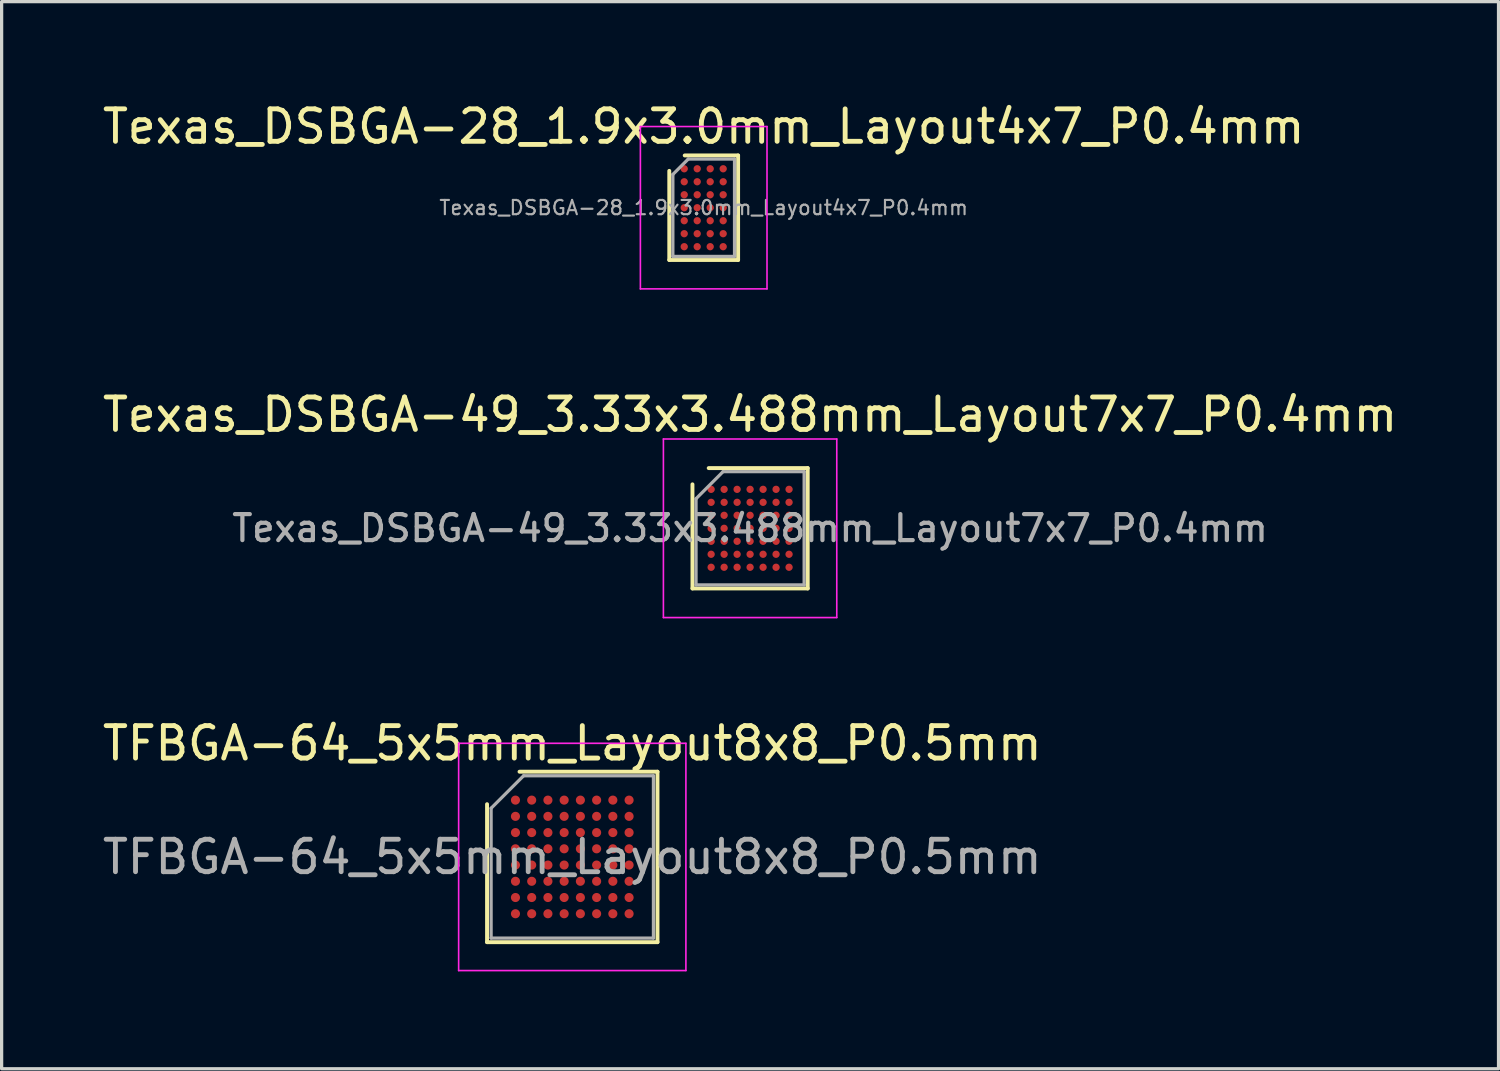
<source format=kicad_pcb>
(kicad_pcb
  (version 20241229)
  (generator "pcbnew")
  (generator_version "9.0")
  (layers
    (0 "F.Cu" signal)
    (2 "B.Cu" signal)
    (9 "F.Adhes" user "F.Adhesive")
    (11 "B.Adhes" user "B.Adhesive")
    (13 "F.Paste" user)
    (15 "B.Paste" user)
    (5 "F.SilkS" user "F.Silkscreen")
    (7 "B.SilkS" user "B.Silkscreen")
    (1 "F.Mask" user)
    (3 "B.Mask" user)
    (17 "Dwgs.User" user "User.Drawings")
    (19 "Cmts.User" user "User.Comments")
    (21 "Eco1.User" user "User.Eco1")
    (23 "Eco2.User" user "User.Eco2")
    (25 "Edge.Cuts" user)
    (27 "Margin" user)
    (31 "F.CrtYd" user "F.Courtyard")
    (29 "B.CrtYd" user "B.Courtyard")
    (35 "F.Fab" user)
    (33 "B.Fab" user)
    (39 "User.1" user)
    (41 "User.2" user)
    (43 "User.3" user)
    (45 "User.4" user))
  (footprint "Texas_DSBGA-28_1.9x3.0mm_Layout4x7_P0.4mm"
    (layer "F.Cu")
    (at 18.625 3.348)
    (property "Reference" "Texas_DSBGA-28_1.9x3.0mm_Layout4x7_P0.4mm" (at 0 -2.5 0) (layer "F.SilkS") (effects (font (size 1 1) (thickness 0.15))))
    (attr smd)
    (fp_line (start -1.06 1.61) (end -1.06 -1.135) (stroke (width 0.12) (type solid)) (layer "F.SilkS"))
    (fp_line (start -0.585 -1.61) (end 1.06 -1.61) (stroke (width 0.12) (type solid)) (layer "F.SilkS"))
    (fp_line (start 1.06 -1.61) (end 1.06 1.61) (stroke (width 0.12) (type solid)) (layer "F.SilkS"))
    (fp_line (start 1.06 1.61) (end -1.06 1.61) (stroke (width 0.12) (type solid)) (layer "F.SilkS"))
    (fp_line (start -1.95 -2.5) (end -1.95 2.5) (stroke (width 0.05) (type solid)) (layer "F.CrtYd"))
    (fp_line (start -1.95 2.5) (end 1.95 2.5) (stroke (width 0.05) (type solid)) (layer "F.CrtYd"))
    (fp_line (start 1.95 -2.5) (end -1.95 -2.5) (stroke (width 0.05) (type solid)) (layer "F.CrtYd"))
    (fp_line (start 1.95 2.5) (end 1.95 -2.5) (stroke (width 0.05) (type solid)) (layer "F.CrtYd"))
    (fp_line (start -0.95 -1.025) (end -0.475 -1.5) (stroke (width 0.1) (type solid)) (layer "F.Fab"))
    (fp_line (start -0.95 1.5) (end -0.95 -1.025) (stroke (width 0.1) (type solid)) (layer "F.Fab"))
    (fp_line (start -0.475 -1.5) (end 0.95 -1.5) (stroke (width 0.1) (type solid)) (layer "F.Fab"))
    (fp_line (start 0.95 -1.5) (end 0.95 1.5) (stroke (width 0.1) (type solid)) (layer "F.Fab"))
    (fp_line (start 0.95 1.5) (end -0.95 1.5) (stroke (width 0.1) (type solid)) (layer "F.Fab"))
    (fp_text user "${REFERENCE}" (at 0 0 0) (layer "F.Fab") (effects (font (size 0.44 0.44) (thickness 0.066))))
    (pad "A1" smd circle (at -0.6 -1.2) (size 0.225 0.225) (layers "F.Cu" "F.Mask" "F.Paste"))
    (pad "A2" smd circle (at -0.2 -1.2) (size 0.225 0.225) (layers "F.Cu" "F.Mask" "F.Paste"))
    (pad "A3" smd circle (at 0.2 -1.2) (size 0.225 0.225) (layers "F.Cu" "F.Mask" "F.Paste"))
    (pad "A4" smd circle (at 0.6 -1.2) (size 0.225 0.225) (layers "F.Cu" "F.Mask" "F.Paste"))
    (pad "B1" smd circle (at -0.6 -0.8) (size 0.225 0.225) (layers "F.Cu" "F.Mask" "F.Paste"))
    (pad "B2" smd circle (at -0.2 -0.8) (size 0.225 0.225) (layers "F.Cu" "F.Mask" "F.Paste"))
    (pad "B3" smd circle (at 0.2 -0.8) (size 0.225 0.225) (layers "F.Cu" "F.Mask" "F.Paste"))
    (pad "B4" smd circle (at 0.6 -0.8) (size 0.225 0.225) (layers "F.Cu" "F.Mask" "F.Paste"))
    (pad "C1" smd circle (at -0.6 -0.4) (size 0.225 0.225) (layers "F.Cu" "F.Mask" "F.Paste"))
    (pad "C2" smd circle (at -0.2 -0.4) (size 0.225 0.225) (layers "F.Cu" "F.Mask" "F.Paste"))
    (pad "C3" smd circle (at 0.2 -0.4) (size 0.225 0.225) (layers "F.Cu" "F.Mask" "F.Paste"))
    (pad "C4" smd circle (at 0.6 -0.4) (size 0.225 0.225) (layers "F.Cu" "F.Mask" "F.Paste"))
    (pad "D1" smd circle (at -0.6 0) (size 0.225 0.225) (layers "F.Cu" "F.Mask" "F.Paste"))
    (pad "D2" smd circle (at -0.2 0) (size 0.225 0.225) (layers "F.Cu" "F.Mask" "F.Paste"))
    (pad "D3" smd circle (at 0.2 0) (size 0.225 0.225) (layers "F.Cu" "F.Mask" "F.Paste"))
    (pad "D4" smd circle (at 0.6 0) (size 0.225 0.225) (layers "F.Cu" "F.Mask" "F.Paste"))
    (pad "E1" smd circle (at -0.6 0.4) (size 0.225 0.225) (layers "F.Cu" "F.Mask" "F.Paste"))
    (pad "E2" smd circle (at -0.2 0.4) (size 0.225 0.225) (layers "F.Cu" "F.Mask" "F.Paste"))
    (pad "E3" smd circle (at 0.2 0.4) (size 0.225 0.225) (layers "F.Cu" "F.Mask" "F.Paste"))
    (pad "E4" smd circle (at 0.6 0.4) (size 0.225 0.225) (layers "F.Cu" "F.Mask" "F.Paste"))
    (pad "F1" smd circle (at -0.6 0.8) (size 0.225 0.225) (layers "F.Cu" "F.Mask" "F.Paste"))
    (pad "F2" smd circle (at -0.2 0.8) (size 0.225 0.225) (layers "F.Cu" "F.Mask" "F.Paste"))
    (pad "F3" smd circle (at 0.2 0.8) (size 0.225 0.225) (layers "F.Cu" "F.Mask" "F.Paste"))
    (pad "F4" smd circle (at 0.6 0.8) (size 0.225 0.225) (layers "F.Cu" "F.Mask" "F.Paste"))
    (pad "G1" smd circle (at -0.6 1.2) (size 0.225 0.225) (layers "F.Cu" "F.Mask" "F.Paste"))
    (pad "G2" smd circle (at -0.2 1.2) (size 0.225 0.225) (layers "F.Cu" "F.Mask" "F.Paste"))
    (pad "G3" smd circle (at 0.2 1.2) (size 0.225 0.225) (layers "F.Cu" "F.Mask" "F.Paste"))
    (pad "G4" smd circle (at 0.6 1.2) (size 0.225 0.225) (layers "F.Cu" "F.Mask" "F.Paste")))
  (footprint "Texas_DSBGA-49_3.33x3.488mm_Layout7x7_P0.4mm"
    (layer "F.Cu")
    (at 20.054 13.222)
    (property "Reference" "Texas_DSBGA-49_3.33x3.488mm_Layout7x7_P0.4mm" (at 0 -3.5 0) (layer "F.SilkS") (effects (font (size 1 1) (thickness 0.15))))
    (attr smd)
    (fp_line (start -1.775 1.854) (end -1.775 -1.354) (stroke (width 0.12) (type solid)) (layer "F.SilkS"))
    (fp_line (start 1.775 -1.854) (end -1.275 -1.854) (stroke (width 0.12) (type solid)) (layer "F.SilkS"))
    (fp_line (start 1.775 1.854) (end -1.775 1.854) (stroke (width 0.12) (type solid)) (layer "F.SilkS"))
    (fp_line (start 1.775 1.854) (end 1.775 -1.854) (stroke (width 0.12) (type solid)) (layer "F.SilkS"))
    (fp_line (start -2.67 -2.75) (end 2.67 -2.75) (stroke (width 0.05) (type solid)) (layer "F.CrtYd"))
    (fp_line (start -2.67 2.75) (end -2.67 -2.75) (stroke (width 0.05) (type solid)) (layer "F.CrtYd"))
    (fp_line (start -2.67 2.75) (end 2.67 2.75) (stroke (width 0.05) (type solid)) (layer "F.CrtYd"))
    (fp_line (start 2.67 2.75) (end 2.67 -2.75) (stroke (width 0.05) (type solid)) (layer "F.CrtYd"))
    (fp_line (start -1.665 -0.911) (end -1.665 1.744) (stroke (width 0.1) (type solid)) (layer "F.Fab"))
    (fp_line (start -1.665 -0.911) (end -0.833 -1.744) (stroke (width 0.1) (type solid)) (layer "F.Fab"))
    (fp_line (start 1.665 -1.744) (end -0.833 -1.744) (stroke (width 0.1) (type solid)) (layer "F.Fab"))
    (fp_line (start 1.665 -1.744) (end 1.665 1.744) (stroke (width 0.1) (type solid)) (layer "F.Fab"))
    (fp_line (start 1.665 1.744) (end -1.665 1.744) (stroke (width 0.1) (type solid)) (layer "F.Fab"))
    (fp_text user "${REFERENCE}" (at 0 0 0) (layer "F.Fab") (effects (font (size 0.8 0.8) (thickness 0.13))))
    (pad "A1" smd circle (at -1.2 -1.2) (size 0.225 0.225) (layers "F.Cu" "F.Mask" "F.Paste"))
    (pad "A2" smd circle (at -0.8 -1.2) (size 0.225 0.225) (layers "F.Cu" "F.Mask" "F.Paste"))
    (pad "A3" smd circle (at -0.4 -1.2) (size 0.225 0.225) (layers "F.Cu" "F.Mask" "F.Paste"))
    (pad "A4" smd circle (at 0 -1.2) (size 0.225 0.225) (layers "F.Cu" "F.Mask" "F.Paste"))
    (pad "A5" smd circle (at 0.4 -1.2) (size 0.225 0.225) (layers "F.Cu" "F.Mask" "F.Paste"))
    (pad "A6" smd circle (at 0.8 -1.2) (size 0.225 0.225) (layers "F.Cu" "F.Mask" "F.Paste"))
    (pad "A7" smd circle (at 1.2 -1.2) (size 0.225 0.225) (layers "F.Cu" "F.Mask" "F.Paste"))
    (pad "B1" smd circle (at -1.2 -0.8) (size 0.225 0.225) (layers "F.Cu" "F.Mask" "F.Paste"))
    (pad "B2" smd circle (at -0.8 -0.8) (size 0.225 0.225) (layers "F.Cu" "F.Mask" "F.Paste"))
    (pad "B3" smd circle (at -0.4 -0.8) (size 0.225 0.225) (layers "F.Cu" "F.Mask" "F.Paste"))
    (pad "B4" smd circle (at 0 -0.8) (size 0.225 0.225) (layers "F.Cu" "F.Mask" "F.Paste"))
    (pad "B5" smd circle (at 0.4 -0.8) (size 0.225 0.225) (layers "F.Cu" "F.Mask" "F.Paste"))
    (pad "B6" smd circle (at 0.8 -0.8) (size 0.225 0.225) (layers "F.Cu" "F.Mask" "F.Paste"))
    (pad "B7" smd circle (at 1.2 -0.8) (size 0.225 0.225) (layers "F.Cu" "F.Mask" "F.Paste"))
    (pad "C1" smd circle (at -1.2 -0.4) (size 0.225 0.225) (layers "F.Cu" "F.Mask" "F.Paste"))
    (pad "C2" smd circle (at -0.8 -0.4) (size 0.225 0.225) (layers "F.Cu" "F.Mask" "F.Paste"))
    (pad "C3" smd circle (at -0.4 -0.4) (size 0.225 0.225) (layers "F.Cu" "F.Mask" "F.Paste"))
    (pad "C4" smd circle (at 0 -0.4) (size 0.225 0.225) (layers "F.Cu" "F.Mask" "F.Paste"))
    (pad "C5" smd circle (at 0.4 -0.4) (size 0.225 0.225) (layers "F.Cu" "F.Mask" "F.Paste"))
    (pad "C6" smd circle (at 0.8 -0.4) (size 0.225 0.225) (layers "F.Cu" "F.Mask" "F.Paste"))
    (pad "C7" smd circle (at 1.2 -0.4) (size 0.225 0.225) (layers "F.Cu" "F.Mask" "F.Paste"))
    (pad "D1" smd circle (at -1.2 0) (size 0.225 0.225) (layers "F.Cu" "F.Mask" "F.Paste"))
    (pad "D2" smd circle (at -0.8 0) (size 0.225 0.225) (layers "F.Cu" "F.Mask" "F.Paste"))
    (pad "D3" smd circle (at -0.4 0) (size 0.225 0.225) (layers "F.Cu" "F.Mask" "F.Paste"))
    (pad "D4" smd circle (at 0 0) (size 0.225 0.225) (layers "F.Cu" "F.Mask" "F.Paste"))
    (pad "D5" smd circle (at 0.4 0) (size 0.225 0.225) (layers "F.Cu" "F.Mask" "F.Paste"))
    (pad "D6" smd circle (at 0.8 0) (size 0.225 0.225) (layers "F.Cu" "F.Mask" "F.Paste"))
    (pad "D7" smd circle (at 1.2 0) (size 0.225 0.225) (layers "F.Cu" "F.Mask" "F.Paste"))
    (pad "E1" smd circle (at -1.2 0.4) (size 0.225 0.225) (layers "F.Cu" "F.Mask" "F.Paste"))
    (pad "E2" smd circle (at -0.8 0.4) (size 0.225 0.225) (layers "F.Cu" "F.Mask" "F.Paste"))
    (pad "E3" smd circle (at -0.4 0.4) (size 0.225 0.225) (layers "F.Cu" "F.Mask" "F.Paste"))
    (pad "E4" smd circle (at 0 0.4) (size 0.225 0.225) (layers "F.Cu" "F.Mask" "F.Paste"))
    (pad "E5" smd circle (at 0.4 0.4) (size 0.225 0.225) (layers "F.Cu" "F.Mask" "F.Paste"))
    (pad "E6" smd circle (at 0.8 0.4) (size 0.225 0.225) (layers "F.Cu" "F.Mask" "F.Paste"))
    (pad "E7" smd circle (at 1.2 0.4) (size 0.225 0.225) (layers "F.Cu" "F.Mask" "F.Paste"))
    (pad "F1" smd circle (at -1.2 0.8) (size 0.225 0.225) (layers "F.Cu" "F.Mask" "F.Paste"))
    (pad "F2" smd circle (at -0.8 0.8) (size 0.225 0.225) (layers "F.Cu" "F.Mask" "F.Paste"))
    (pad "F3" smd circle (at -0.4 0.8) (size 0.225 0.225) (layers "F.Cu" "F.Mask" "F.Paste"))
    (pad "F4" smd circle (at 0 0.8) (size 0.225 0.225) (layers "F.Cu" "F.Mask" "F.Paste"))
    (pad "F5" smd circle (at 0.4 0.8) (size 0.225 0.225) (layers "F.Cu" "F.Mask" "F.Paste"))
    (pad "F6" smd circle (at 0.8 0.8) (size 0.225 0.225) (layers "F.Cu" "F.Mask" "F.Paste"))
    (pad "F7" smd circle (at 1.2 0.8) (size 0.225 0.225) (layers "F.Cu" "F.Mask" "F.Paste"))
    (pad "G1" smd circle (at -1.2 1.2) (size 0.225 0.225) (layers "F.Cu" "F.Mask" "F.Paste"))
    (pad "G2" smd circle (at -0.8 1.2) (size 0.225 0.225) (layers "F.Cu" "F.Mask" "F.Paste"))
    (pad "G3" smd circle (at -0.4 1.2) (size 0.225 0.225) (layers "F.Cu" "F.Mask" "F.Paste"))
    (pad "G4" smd circle (at 0 1.2) (size 0.225 0.225) (layers "F.Cu" "F.Mask" "F.Paste"))
    (pad "G5" smd circle (at 0.4 1.2) (size 0.225 0.225) (layers "F.Cu" "F.Mask" "F.Paste"))
    (pad "G6" smd circle (at 0.8 1.2) (size 0.225 0.225) (layers "F.Cu" "F.Mask" "F.Paste"))
    (pad "G7" smd circle (at 1.2 1.2) (size 0.225 0.225) (layers "F.Cu" "F.Mask" "F.Paste")))
  (footprint "TFBGA-64_5x5mm_Layout8x8_P0.5mm"
    (layer "F.Cu")
    (at 14.577 23.345)
    (property "Reference" "TFBGA-64_5x5mm_Layout8x8_P0.5mm" (at 0 -3.5 0) (layer "F.SilkS") (effects (font (size 1 1) (thickness 0.15))))
    (attr smd)
    (fp_line (start -2.625 2.625) (end -2.625 -1.625) (stroke (width 0.12) (type solid)) (layer "F.SilkS"))
    (fp_line (start -1.625 -2.625) (end 2.625 -2.625) (stroke (width 0.12) (type solid)) (layer "F.SilkS"))
    (fp_line (start 2.625 -2.625) (end 2.625 2.625) (stroke (width 0.12) (type solid)) (layer "F.SilkS"))
    (fp_line (start 2.625 2.625) (end -2.625 2.625) (stroke (width 0.12) (type solid)) (layer "F.SilkS"))
    (fp_line (start -3.5 -3.5) (end -3.5 3.5) (stroke (width 0.05) (type solid)) (layer "F.CrtYd"))
    (fp_line (start -3.5 3.5) (end 3.5 3.5) (stroke (width 0.05) (type solid)) (layer "F.CrtYd"))
    (fp_line (start 3.5 -3.5) (end -3.5 -3.5) (stroke (width 0.05) (type solid)) (layer "F.CrtYd"))
    (fp_line (start 3.5 3.5) (end 3.5 -3.5) (stroke (width 0.05) (type solid)) (layer "F.CrtYd"))
    (fp_line (start -2.5 -1.5) (end -1.5 -2.5) (stroke (width 0.1) (type solid)) (layer "F.Fab"))
    (fp_line (start -2.5 2.5) (end -2.5 -1.5) (stroke (width 0.1) (type solid)) (layer "F.Fab"))
    (fp_line (start -1.5 -2.5) (end 2.5 -2.5) (stroke (width 0.1) (type solid)) (layer "F.Fab"))
    (fp_line (start 2.5 -2.5) (end 2.5 2.5) (stroke (width 0.1) (type solid)) (layer "F.Fab"))
    (fp_line (start 2.5 2.5) (end -2.5 2.5) (stroke (width 0.1) (type solid)) (layer "F.Fab"))
    (fp_text user "${REFERENCE}" (at 0 0 0) (layer "F.Fab") (effects (font (size 1 1) (thickness 0.15))))
    (pad "A1" smd circle (at -1.75 -1.75) (size 0.28 0.28) (layers "F.Cu" "F.Mask" "F.Paste"))
    (pad "A2" smd circle (at -1.25 -1.75) (size 0.28 0.28) (layers "F.Cu" "F.Mask" "F.Paste"))
    (pad "A3" smd circle (at -0.75 -1.75) (size 0.28 0.28) (layers "F.Cu" "F.Mask" "F.Paste"))
    (pad "A4" smd circle (at -0.25 -1.75) (size 0.28 0.28) (layers "F.Cu" "F.Mask" "F.Paste"))
    (pad "A5" smd circle (at 0.25 -1.75) (size 0.28 0.28) (layers "F.Cu" "F.Mask" "F.Paste"))
    (pad "A6" smd circle (at 0.75 -1.75) (size 0.28 0.28) (layers "F.Cu" "F.Mask" "F.Paste"))
    (pad "A7" smd circle (at 1.25 -1.75) (size 0.28 0.28) (layers "F.Cu" "F.Mask" "F.Paste"))
    (pad "A8" smd circle (at 1.75 -1.75) (size 0.28 0.28) (layers "F.Cu" "F.Mask" "F.Paste"))
    (pad "B1" smd circle (at -1.75 -1.25) (size 0.28 0.28) (layers "F.Cu" "F.Mask" "F.Paste"))
    (pad "B2" smd circle (at -1.25 -1.25) (size 0.28 0.28) (layers "F.Cu" "F.Mask" "F.Paste"))
    (pad "B3" smd circle (at -0.75 -1.25) (size 0.28 0.28) (layers "F.Cu" "F.Mask" "F.Paste"))
    (pad "B4" smd circle (at -0.25 -1.25) (size 0.28 0.28) (layers "F.Cu" "F.Mask" "F.Paste"))
    (pad "B5" smd circle (at 0.25 -1.25) (size 0.28 0.28) (layers "F.Cu" "F.Mask" "F.Paste"))
    (pad "B6" smd circle (at 0.75 -1.25) (size 0.28 0.28) (layers "F.Cu" "F.Mask" "F.Paste"))
    (pad "B7" smd circle (at 1.25 -1.25) (size 0.28 0.28) (layers "F.Cu" "F.Mask" "F.Paste"))
    (pad "B8" smd circle (at 1.75 -1.25) (size 0.28 0.28) (layers "F.Cu" "F.Mask" "F.Paste"))
    (pad "C1" smd circle (at -1.75 -0.75) (size 0.28 0.28) (layers "F.Cu" "F.Mask" "F.Paste"))
    (pad "C2" smd circle (at -1.25 -0.75) (size 0.28 0.28) (layers "F.Cu" "F.Mask" "F.Paste"))
    (pad "C3" smd circle (at -0.75 -0.75) (size 0.28 0.28) (layers "F.Cu" "F.Mask" "F.Paste"))
    (pad "C4" smd circle (at -0.25 -0.75) (size 0.28 0.28) (layers "F.Cu" "F.Mask" "F.Paste"))
    (pad "C5" smd circle (at 0.25 -0.75) (size 0.28 0.28) (layers "F.Cu" "F.Mask" "F.Paste"))
    (pad "C6" smd circle (at 0.75 -0.75) (size 0.28 0.28) (layers "F.Cu" "F.Mask" "F.Paste"))
    (pad "C7" smd circle (at 1.25 -0.75) (size 0.28 0.28) (layers "F.Cu" "F.Mask" "F.Paste"))
    (pad "C8" smd circle (at 1.75 -0.75) (size 0.28 0.28) (layers "F.Cu" "F.Mask" "F.Paste"))
    (pad "D1" smd circle (at -1.75 -0.25) (size 0.28 0.28) (layers "F.Cu" "F.Mask" "F.Paste"))
    (pad "D2" smd circle (at -1.25 -0.25) (size 0.28 0.28) (layers "F.Cu" "F.Mask" "F.Paste"))
    (pad "D3" smd circle (at -0.75 -0.25) (size 0.28 0.28) (layers "F.Cu" "F.Mask" "F.Paste"))
    (pad "D4" smd circle (at -0.25 -0.25) (size 0.28 0.28) (layers "F.Cu" "F.Mask" "F.Paste"))
    (pad "D5" smd circle (at 0.25 -0.25) (size 0.28 0.28) (layers "F.Cu" "F.Mask" "F.Paste"))
    (pad "D6" smd circle (at 0.75 -0.25) (size 0.28 0.28) (layers "F.Cu" "F.Mask" "F.Paste"))
    (pad "D7" smd circle (at 1.25 -0.25) (size 0.28 0.28) (layers "F.Cu" "F.Mask" "F.Paste"))
    (pad "D8" smd circle (at 1.75 -0.25) (size 0.28 0.28) (layers "F.Cu" "F.Mask" "F.Paste"))
    (pad "E1" smd circle (at -1.75 0.25) (size 0.28 0.28) (layers "F.Cu" "F.Mask" "F.Paste"))
    (pad "E2" smd circle (at -1.25 0.25) (size 0.28 0.28) (layers "F.Cu" "F.Mask" "F.Paste"))
    (pad "E3" smd circle (at -0.75 0.25) (size 0.28 0.28) (layers "F.Cu" "F.Mask" "F.Paste"))
    (pad "E4" smd circle (at -0.25 0.25) (size 0.28 0.28) (layers "F.Cu" "F.Mask" "F.Paste"))
    (pad "E5" smd circle (at 0.25 0.25) (size 0.28 0.28) (layers "F.Cu" "F.Mask" "F.Paste"))
    (pad "E6" smd circle (at 0.75 0.25) (size 0.28 0.28) (layers "F.Cu" "F.Mask" "F.Paste"))
    (pad "E7" smd circle (at 1.25 0.25) (size 0.28 0.28) (layers "F.Cu" "F.Mask" "F.Paste"))
    (pad "E8" smd circle (at 1.75 0.25) (size 0.28 0.28) (layers "F.Cu" "F.Mask" "F.Paste"))
    (pad "F1" smd circle (at -1.75 0.75) (size 0.28 0.28) (layers "F.Cu" "F.Mask" "F.Paste"))
    (pad "F2" smd circle (at -1.25 0.75) (size 0.28 0.28) (layers "F.Cu" "F.Mask" "F.Paste"))
    (pad "F3" smd circle (at -0.75 0.75) (size 0.28 0.28) (layers "F.Cu" "F.Mask" "F.Paste"))
    (pad "F4" smd circle (at -0.25 0.75) (size 0.28 0.28) (layers "F.Cu" "F.Mask" "F.Paste"))
    (pad "F5" smd circle (at 0.25 0.75) (size 0.28 0.28) (layers "F.Cu" "F.Mask" "F.Paste"))
    (pad "F6" smd circle (at 0.75 0.75) (size 0.28 0.28) (layers "F.Cu" "F.Mask" "F.Paste"))
    (pad "F7" smd circle (at 1.25 0.75) (size 0.28 0.28) (layers "F.Cu" "F.Mask" "F.Paste"))
    (pad "F8" smd circle (at 1.75 0.75) (size 0.28 0.28) (layers "F.Cu" "F.Mask" "F.Paste"))
    (pad "G1" smd circle (at -1.75 1.25) (size 0.28 0.28) (layers "F.Cu" "F.Mask" "F.Paste"))
    (pad "G2" smd circle (at -1.25 1.25) (size 0.28 0.28) (layers "F.Cu" "F.Mask" "F.Paste"))
    (pad "G3" smd circle (at -0.75 1.25) (size 0.28 0.28) (layers "F.Cu" "F.Mask" "F.Paste"))
    (pad "G4" smd circle (at -0.25 1.25) (size 0.28 0.28) (layers "F.Cu" "F.Mask" "F.Paste"))
    (pad "G5" smd circle (at 0.25 1.25) (size 0.28 0.28) (layers "F.Cu" "F.Mask" "F.Paste"))
    (pad "G6" smd circle (at 0.75 1.25) (size 0.28 0.28) (layers "F.Cu" "F.Mask" "F.Paste"))
    (pad "G7" smd circle (at 1.25 1.25) (size 0.28 0.28) (layers "F.Cu" "F.Mask" "F.Paste"))
    (pad "G8" smd circle (at 1.75 1.25) (size 0.28 0.28) (layers "F.Cu" "F.Mask" "F.Paste"))
    (pad "H1" smd circle (at -1.75 1.75) (size 0.28 0.28) (layers "F.Cu" "F.Mask" "F.Paste"))
    (pad "H2" smd circle (at -1.25 1.75) (size 0.28 0.28) (layers "F.Cu" "F.Mask" "F.Paste"))
    (pad "H3" smd circle (at -0.75 1.75) (size 0.28 0.28) (layers "F.Cu" "F.Mask" "F.Paste"))
    (pad "H4" smd circle (at -0.25 1.75) (size 0.28 0.28) (layers "F.Cu" "F.Mask" "F.Paste"))
    (pad "H5" smd circle (at 0.25 1.75) (size 0.28 0.28) (layers "F.Cu" "F.Mask" "F.Paste"))
    (pad "H6" smd circle (at 0.75 1.75) (size 0.28 0.28) (layers "F.Cu" "F.Mask" "F.Paste"))
    (pad "H7" smd circle (at 1.25 1.75) (size 0.28 0.28) (layers "F.Cu" "F.Mask" "F.Paste"))
    (pad "H8" smd circle (at 1.75 1.75) (size 0.28 0.28) (layers "F.Cu" "F.Mask" "F.Paste")))
  (gr_rect
    (start -3 -3)
    (end 43.107 29.87)
    (stroke (width 0.1) (type default))
    (fill no)
    (layer "Edge.Cuts")))
</source>
